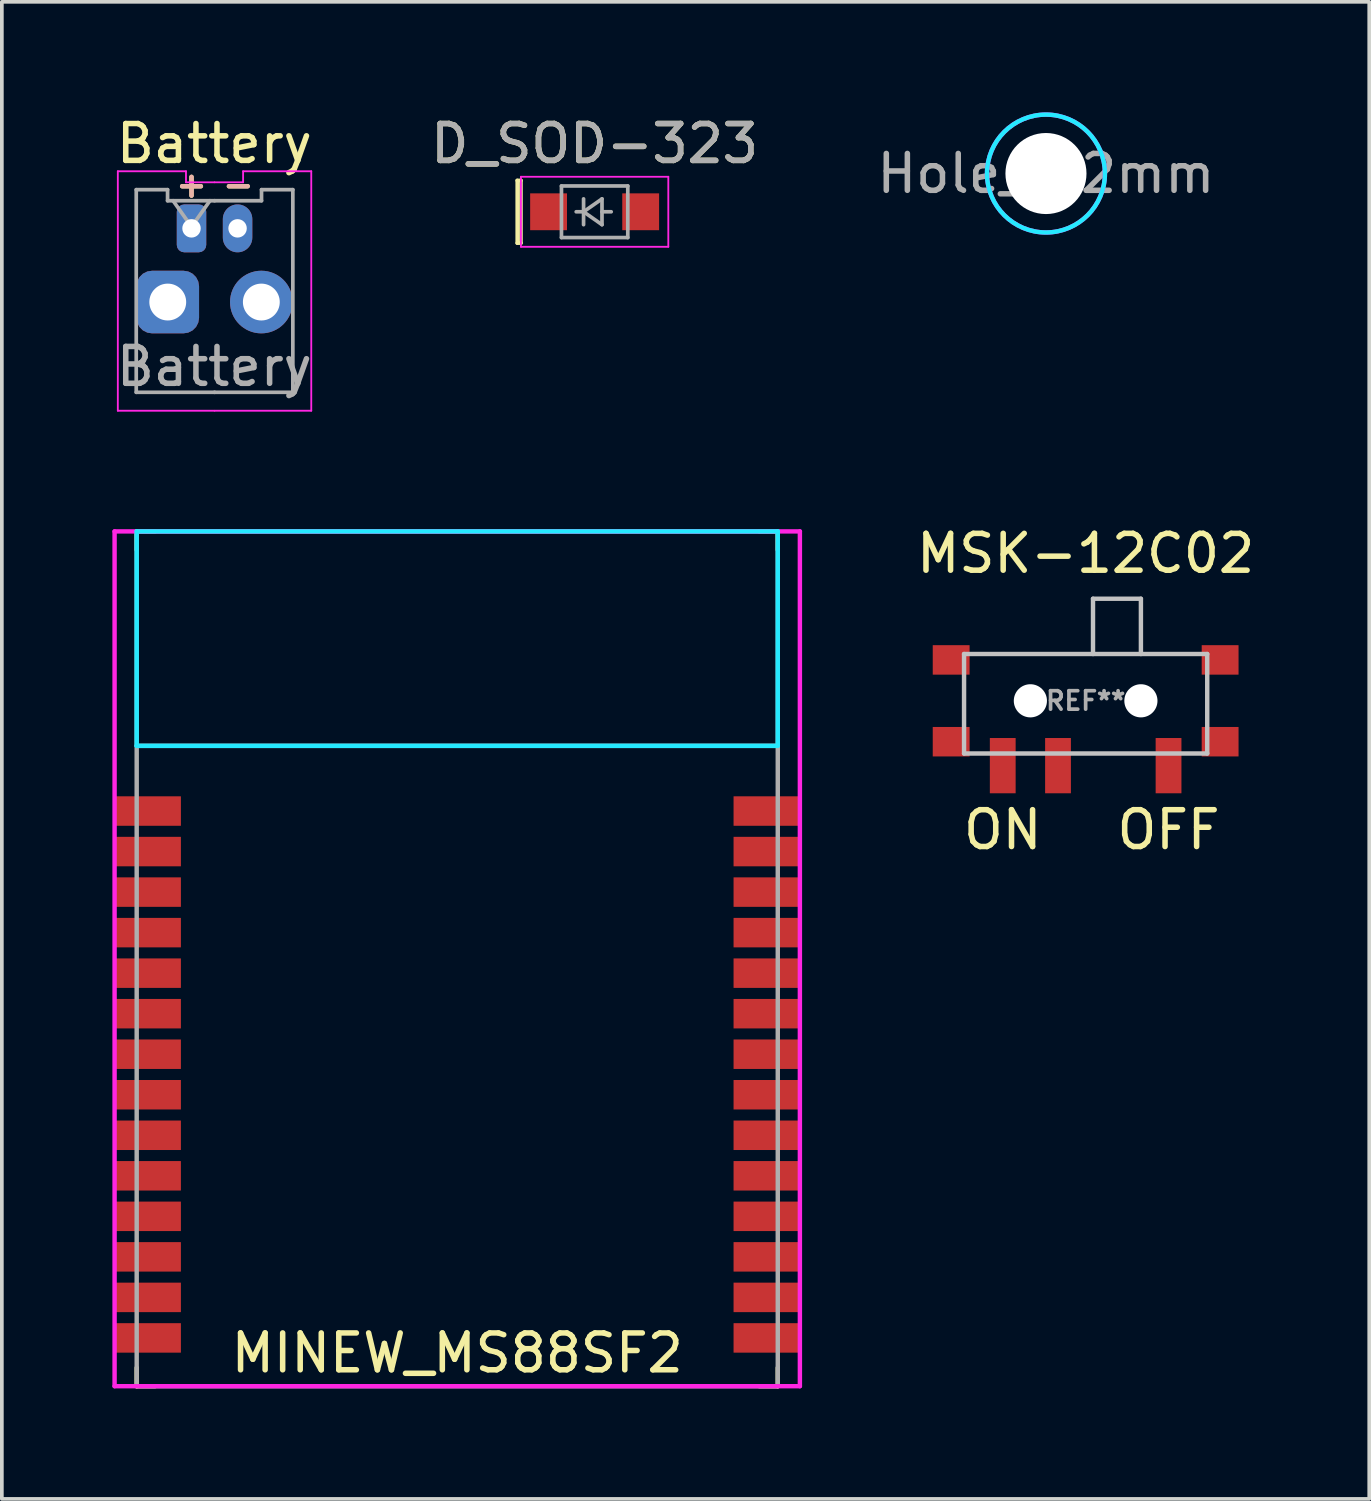
<source format=kicad_pcb>
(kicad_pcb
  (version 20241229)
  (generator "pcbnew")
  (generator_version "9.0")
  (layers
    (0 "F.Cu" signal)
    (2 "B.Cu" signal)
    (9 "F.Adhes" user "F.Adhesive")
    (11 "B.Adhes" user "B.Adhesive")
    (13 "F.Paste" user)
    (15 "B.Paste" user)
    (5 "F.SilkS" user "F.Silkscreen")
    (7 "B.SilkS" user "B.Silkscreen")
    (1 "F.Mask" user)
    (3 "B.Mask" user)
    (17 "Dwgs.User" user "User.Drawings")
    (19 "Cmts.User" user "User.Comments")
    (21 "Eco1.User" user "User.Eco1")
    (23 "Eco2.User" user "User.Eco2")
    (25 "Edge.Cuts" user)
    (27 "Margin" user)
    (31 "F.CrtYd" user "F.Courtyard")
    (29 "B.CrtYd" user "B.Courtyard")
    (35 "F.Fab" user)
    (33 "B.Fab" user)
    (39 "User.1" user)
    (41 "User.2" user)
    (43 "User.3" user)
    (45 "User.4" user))
  (footprint "MSK-12C02"
    (layer "F.Cu")
    (at 26.416 14.701)
    (property "Reference" "MSK-12C02" (at 0 -2.73 0) (layer "F.SilkS") (effects (font (size 1 1) (thickness 0.15))))
    (attr through_hole)
    (fp_line (start -3.3 0) (end -3.3 2.7) (stroke (width 0.12) (type solid)) (layer "Dwgs.User"))
    (fp_line (start -3.3 0) (end 3.3 0) (stroke (width 0.12) (type solid)) (layer "Dwgs.User"))
    (fp_line (start -3.3 2.7) (end 3.3 2.7) (stroke (width 0.12) (type solid)) (layer "Dwgs.User"))
    (fp_line (start 0.2 -1.5) (end 0.2 0) (stroke (width 0.12) (type solid)) (layer "Dwgs.User"))
    (fp_line (start 0.2 -1.5) (end 1.5 -1.5) (stroke (width 0.12) (type solid)) (layer "Dwgs.User"))
    (fp_line (start 1.5 -1.5) (end 1.5 0) (stroke (width 0.12) (type solid)) (layer "Dwgs.User"))
    (fp_line (start 3.3 0) (end 3.3 2.7) (stroke (width 0.12) (type solid)) (layer "Dwgs.User"))
    (fp_text user "OFF" (at 2.25 4.77 0) (layer "F.SilkS") (effects (font (size 1 1) (thickness 0.15))))
    (fp_text user "ON" (at -2.25 4.77 0) (layer "F.SilkS") (effects (font (size 1 1) (thickness 0.15))))
    (fp_text user "REF**" (at 0 1.27 0) (layer "F.Fab") (effects (font (size 0.5 0.5) (thickness 0.1))))
    (pad "" smd rect (at -3.65 0.16) (size 1 0.8) (layers "F.Cu" "F.Mask" "F.Paste"))
    (pad "" smd rect (at -3.65 2.38) (size 1 0.8) (layers "F.Cu" "F.Mask" "F.Paste"))
    (pad "" np_thru_hole circle (at -1.5 1.27) (size 0.9 0.9) (drill 0.9) (layers "*.Cu" "*.Mask"))
    (pad "" np_thru_hole circle (at 1.5 1.27) (size 0.9 0.9) (drill 0.9) (layers "*.Cu" "*.Mask"))
    (pad "" smd rect (at 3.65 0.16) (size 1 0.8) (layers "F.Cu" "F.Mask" "F.Paste"))
    (pad "" smd rect (at 3.65 2.38) (size 1 0.8) (layers "F.Cu" "F.Mask" "F.Paste"))
    (pad "1" smd rect (at 2.25 3.03) (size 0.7 1.5) (layers "F.Cu" "F.Mask" "F.Paste"))
    (pad "2" smd rect (at -0.75 3.03) (size 0.7 1.5) (layers "F.Cu" "F.Mask" "F.Paste"))
    (pad "3" smd rect (at -2.25 3.03) (size 0.7 1.5) (layers "F.Cu" "F.Mask" "F.Paste")))
  (footprint "D_SOD-323"
    (layer "F.Cu")
    (at 13.089 2.698)
    (property "Reference" "D_SOD-323" (at 0 -1.85 0) (layer "F.SilkS") (effects (font (size 1 1) (thickness 0.15))))
    (attr smd)
    (fp_line (start -2.1 -0.85) (end -2.1 0.85) (stroke (width 0.1) (type solid)) (layer "F.SilkS"))
    (fp_line (start -2.1 -0.85) (end -2 -0.85) (stroke (width 0.1) (type solid)) (layer "F.SilkS"))
    (fp_line (start -2.1 0.85) (end -2 0.85) (stroke (width 0.1) (type solid)) (layer "F.SilkS"))
    (fp_line (start -2 -0.85) (end -2 0.85) (stroke (width 0.1) (type solid)) (layer "F.SilkS"))
    (fp_line (start -2 -0.95) (end -2 0.95) (stroke (width 0.05) (type solid)) (layer "F.CrtYd"))
    (fp_line (start -2 -0.95) (end 2 -0.95) (stroke (width 0.05) (type solid)) (layer "F.CrtYd"))
    (fp_line (start -2 0.95) (end 2 0.95) (stroke (width 0.05) (type solid)) (layer "F.CrtYd"))
    (fp_line (start 2 -0.95) (end 2 0.95) (stroke (width 0.05) (type solid)) (layer "F.CrtYd"))
    (fp_line (start -0.9 -0.7) (end 0.9 -0.7) (stroke (width 0.1) (type solid)) (layer "F.Fab"))
    (fp_line (start -0.9 0.7) (end -0.9 -0.7) (stroke (width 0.1) (type solid)) (layer "F.Fab"))
    (fp_line (start -0.3 -0.35) (end -0.3 0.35) (stroke (width 0.1) (type solid)) (layer "F.Fab"))
    (fp_line (start -0.3 0) (end -0.5 0) (stroke (width 0.1) (type solid)) (layer "F.Fab"))
    (fp_line (start -0.3 0) (end 0.2 -0.35) (stroke (width 0.1) (type solid)) (layer "F.Fab"))
    (fp_line (start 0.2 -0.35) (end 0.2 0.35) (stroke (width 0.1) (type solid)) (layer "F.Fab"))
    (fp_line (start 0.2 0) (end 0.45 0) (stroke (width 0.1) (type solid)) (layer "F.Fab"))
    (fp_line (start 0.2 0.35) (end -0.3 0) (stroke (width 0.1) (type solid)) (layer "F.Fab"))
    (fp_line (start 0.9 -0.7) (end 0.9 0.7) (stroke (width 0.1) (type solid)) (layer "F.Fab"))
    (fp_line (start 0.9 0.7) (end -0.9 0.7) (stroke (width 0.1) (type solid)) (layer "F.Fab"))
    (fp_text user "${REFERENCE}" (at 0 -1.85 0) (layer "F.Fab") (effects (font (size 1 1) (thickness 0.15))))
    (pad "1" smd rect (at -1.25 0) (size 1 1) (layers "F.Cu" "F.Mask" "F.Paste"))
    (pad "2" smd rect (at 1.25 0) (size 1 1) (layers "F.Cu" "F.Mask" "F.Paste")))
  (footprint "MINEW_MS88SF2"
    (layer "F.Cu")
    (at 9.36 11.373)
    (property "Reference" "MINEW_MS88SF2" (at 0 22.3 0) (layer "F.SilkS") (effects (font (size 1 1) (thickness 0.15))))
    (attr through_hole)
    (fp_line (start -8.7 0) (end -8.7 0.5) (stroke (width 0.12) (type solid)) (layer "F.SilkS"))
    (fp_line (start -8.7 0) (end -8.2 0) (stroke (width 0.12) (type solid)) (layer "F.SilkS"))
    (fp_line (start -8.7 23.2) (end -8.7 22.7) (stroke (width 0.12) (type solid)) (layer "F.SilkS"))
    (fp_line (start -8.7 23.2) (end -8.2 23.2) (stroke (width 0.12) (type solid)) (layer "F.SilkS"))
    (fp_line (start 8.7 0) (end 8.2 0) (stroke (width 0.12) (type solid)) (layer "F.SilkS"))
    (fp_line (start 8.7 0) (end 8.7 0.5) (stroke (width 0.12) (type solid)) (layer "F.SilkS"))
    (fp_line (start 8.7 23.2) (end 8.2 23.2) (stroke (width 0.12) (type solid)) (layer "F.SilkS"))
    (fp_line (start 8.7 23.2) (end 8.7 22.7) (stroke (width 0.12) (type solid)) (layer "F.SilkS"))
    (fp_line (start -8.7 0) (end -8.7 5.82) (stroke (width 0.12) (type solid)) (layer "B.CrtYd"))
    (fp_line (start -8.7 0) (end 8.7 0) (stroke (width 0.12) (type solid)) (layer "B.CrtYd"))
    (fp_line (start -8.7 5.82) (end 8.7 5.82) (stroke (width 0.12) (type solid)) (layer "B.CrtYd"))
    (fp_line (start 8.7 0) (end 8.7 5.82) (stroke (width 0.12) (type solid)) (layer "B.CrtYd"))
    (fp_line (start -9.3 0) (end 9.3 0) (stroke (width 0.12) (type solid)) (layer "F.CrtYd"))
    (fp_line (start -9.3 23.2) (end -9.3 0) (stroke (width 0.12) (type solid)) (layer "F.CrtYd"))
    (fp_line (start -9.3 23.2) (end 9.3 23.2) (stroke (width 0.12) (type solid)) (layer "F.CrtYd"))
    (fp_line (start 9.3 23.2) (end 9.3 0) (stroke (width 0.12) (type solid)) (layer "F.CrtYd"))
    (fp_line (start -8.7 0) (end 8.7 0) (stroke (width 0.12) (type solid)) (layer "F.Fab"))
    (fp_line (start -8.7 5.82) (end 8.7 5.82) (stroke (width 0.12) (type solid)) (layer "F.Fab"))
    (fp_line (start -8.7 23.2) (end -8.7 0) (stroke (width 0.12) (type solid)) (layer "F.Fab"))
    (fp_line (start -8.7 23.2) (end 8.7 23.2) (stroke (width 0.12) (type solid)) (layer "F.Fab"))
    (fp_line (start 8.7 23.2) (end 8.7 0) (stroke (width 0.12) (type solid)) (layer "F.Fab"))
    (pad "1" smd rect (at -8.4 7.59) (size 1.8 0.8) (layers "F.Cu" "F.Mask" "F.Paste"))
    (pad "2" smd rect (at -8.4 8.69) (size 1.8 0.8) (layers "F.Cu" "F.Mask" "F.Paste"))
    (pad "3" smd rect (at -8.4 9.79) (size 1.8 0.8) (layers "F.Cu" "F.Mask" "F.Paste"))
    (pad "4" smd rect (at -8.4 10.89) (size 1.8 0.8) (layers "F.Cu" "F.Mask" "F.Paste"))
    (pad "5" smd rect (at -8.4 11.99) (size 1.8 0.8) (layers "F.Cu" "F.Mask" "F.Paste"))
    (pad "6" smd rect (at -8.4 13.09) (size 1.8 0.8) (layers "F.Cu" "F.Mask" "F.Paste"))
    (pad "7" smd rect (at -8.4 14.19) (size 1.8 0.8) (layers "F.Cu" "F.Mask" "F.Paste"))
    (pad "8" smd rect (at -8.4 15.29) (size 1.8 0.8) (layers "F.Cu" "F.Mask" "F.Paste"))
    (pad "9" smd rect (at -8.4 16.39) (size 1.8 0.8) (layers "F.Cu" "F.Mask" "F.Paste"))
    (pad "10" smd rect (at -8.4 17.49) (size 1.8 0.8) (layers "F.Cu" "F.Mask" "F.Paste"))
    (pad "11" smd rect (at -8.4 18.59) (size 1.8 0.8) (layers "F.Cu" "F.Mask" "F.Paste"))
    (pad "12" smd rect (at -8.4 19.69) (size 1.8 0.8) (layers "F.Cu" "F.Mask" "F.Paste"))
    (pad "13" smd rect (at -8.4 20.79) (size 1.8 0.8) (layers "F.Cu" "F.Mask" "F.Paste"))
    (pad "14" smd rect (at -8.4 21.89) (size 1.8 0.8) (layers "F.Cu" "F.Mask" "F.Paste"))
    (pad "15" smd rect (at 8.4 21.89) (size 1.8 0.8) (layers "F.Cu" "F.Mask" "F.Paste"))
    (pad "16" smd rect (at 8.4 20.79) (size 1.8 0.8) (layers "F.Cu" "F.Mask" "F.Paste"))
    (pad "17" smd rect (at 8.4 19.69) (size 1.8 0.8) (layers "F.Cu" "F.Mask" "F.Paste"))
    (pad "18" smd rect (at 8.4 18.59) (size 1.8 0.8) (layers "F.Cu" "F.Mask" "F.Paste"))
    (pad "19" smd rect (at 8.4 17.49) (size 1.8 0.8) (layers "F.Cu" "F.Mask" "F.Paste"))
    (pad "20" smd rect (at 8.4 16.39) (size 1.8 0.8) (layers "F.Cu" "F.Mask" "F.Paste"))
    (pad "21" smd rect (at 8.4 15.29) (size 1.8 0.8) (layers "F.Cu" "F.Mask" "F.Paste"))
    (pad "22" smd rect (at 8.4 14.19) (size 1.8 0.8) (layers "F.Cu" "F.Mask" "F.Paste"))
    (pad "23" smd rect (at 8.4 13.09) (size 1.8 0.8) (layers "F.Cu" "F.Mask" "F.Paste"))
    (pad "24" smd rect (at 8.4 11.99) (size 1.8 0.8) (layers "F.Cu" "F.Mask" "F.Paste"))
    (pad "25" smd rect (at 8.4 10.89) (size 1.8 0.8) (layers "F.Cu" "F.Mask" "F.Paste"))
    (pad "26" smd rect (at 8.4 9.79) (size 1.8 0.8) (layers "F.Cu" "F.Mask" "F.Paste"))
    (pad "27" smd rect (at 8.4 8.69) (size 1.8 0.8) (layers "F.Cu" "F.Mask" "F.Paste"))
    (pad "28" smd rect (at 8.4 7.59) (size 1.8 0.8) (layers "F.Cu" "F.Mask" "F.Paste")))
  (footprint "Battery"
    (layer "F.Cu")
    (at 2.148 3.148)
    (property "Reference" "Battery" (at 0.62 -2.3 0) (layer "F.SilkS") (effects (font (size 1 1) (thickness 0.15))))
    (attr through_hole)
    (fp_line (start -0.254 -1.143) (end 0.254 -1.143) (stroke (width 0.12) (type solid)) (layer "F.SilkS"))
    (fp_line (start 0 -1.397) (end 0 -0.889) (stroke (width 0.12) (type solid)) (layer "F.SilkS"))
    (fp_line (start 1.016 -1.143) (end 1.524 -1.143) (stroke (width 0.12) (type solid)) (layer "F.SilkS"))
    (fp_line (start -0.254 -1.143) (end 0.254 -1.143) (stroke (width 0.12) (type solid)) (layer "B.SilkS"))
    (fp_line (start 0 -1.397) (end 0 -0.889) (stroke (width 0.12) (type solid)) (layer "B.SilkS"))
    (fp_line (start 1.016 -1.143) (end 1.524 -1.143) (stroke (width 0.12) (type solid)) (layer "B.SilkS"))
    (fp_line (start -2 -1.55) (end -2 4.95) (stroke (width 0.05) (type solid)) (layer "F.CrtYd"))
    (fp_line (start -2 4.95) (end 0.62 4.95) (stroke (width 0.05) (type solid)) (layer "F.CrtYd"))
    (fp_line (start -0.15 -1.55) (end -2 -1.55) (stroke (width 0.05) (type solid)) (layer "F.CrtYd"))
    (fp_line (start -0.15 -1.25) (end -0.15 -1.55) (stroke (width 0.05) (type solid)) (layer "F.CrtYd"))
    (fp_line (start 0.62 -1.25) (end -0.15 -1.25) (stroke (width 0.05) (type solid)) (layer "F.CrtYd"))
    (fp_line (start 0.63 -1.25) (end 1.4 -1.25) (stroke (width 0.05) (type solid)) (layer "F.CrtYd"))
    (fp_line (start 1.4 -1.55) (end 3.25 -1.55) (stroke (width 0.05) (type solid)) (layer "F.CrtYd"))
    (fp_line (start 1.4 -1.25) (end 1.4 -1.55) (stroke (width 0.05) (type solid)) (layer "F.CrtYd"))
    (fp_line (start 3.25 -1.55) (end 3.25 4.95) (stroke (width 0.05) (type solid)) (layer "F.CrtYd"))
    (fp_line (start 3.25 4.95) (end 0.63 4.95) (stroke (width 0.05) (type solid)) (layer "F.CrtYd"))
    (fp_line (start -1.5 -1.05) (end -1.5 4.45) (stroke (width 0.1) (type solid)) (layer "F.Fab"))
    (fp_line (start -1.5 4.45) (end 0.625 4.45) (stroke (width 0.1) (type solid)) (layer "F.Fab"))
    (fp_line (start -0.65 -1.05) (end -1.5 -1.05) (stroke (width 0.1) (type solid)) (layer "F.Fab"))
    (fp_line (start -0.65 -0.75) (end -0.65 -1.05) (stroke (width 0.1) (type solid)) (layer "F.Fab"))
    (fp_line (start -0.5 -0.75) (end 0 -0.043) (stroke (width 0.1) (type solid)) (layer "F.Fab"))
    (fp_line (start 0 -0.043) (end 0.5 -0.75) (stroke (width 0.1) (type solid)) (layer "F.Fab"))
    (fp_line (start 0.625 -0.75) (end -0.65 -0.75) (stroke (width 0.1) (type solid)) (layer "F.Fab"))
    (fp_line (start 0.625 -0.75) (end 1.9 -0.75) (stroke (width 0.1) (type solid)) (layer "F.Fab"))
    (fp_line (start 1.9 -1.05) (end 2.75 -1.05) (stroke (width 0.1) (type solid)) (layer "F.Fab"))
    (fp_line (start 1.9 -0.75) (end 1.9 -1.05) (stroke (width 0.1) (type solid)) (layer "F.Fab"))
    (fp_line (start 2.75 -1.05) (end 2.75 4.45) (stroke (width 0.1) (type solid)) (layer "F.Fab"))
    (fp_line (start 2.75 4.45) (end 0.625 4.45) (stroke (width 0.1) (type solid)) (layer "F.Fab"))
    (fp_text user "${REFERENCE}" (at 0.62 3.75 0) (layer "F.Fab") (effects (font (size 1 1) (thickness 0.15))))
    (pad "1" thru_hole roundrect (at -0.645 2) (size 1.7 1.7) (drill 1) (layers "*.Cu" "*.Mask") (roundrect_rratio 0.25))
    (pad "1" thru_hole roundrect (at 0 0) (size 0.8 1.3) (drill 0.5) (layers "*.Cu" "*.Mask") (roundrect_rratio 0.25))
    (pad "2" thru_hole oval (at 1.25 0) (size 0.8 1.3) (drill 0.5) (layers "*.Cu" "*.Mask"))
    (pad "2" thru_hole circle (at 1.895 2) (size 1.7 1.7) (drill 1) (layers "*.Cu" "*.Mask")))
  (footprint "Hole_2.2mm"
    (layer "F.Cu")
    (at 25.339 1.66)
    (property "Reference" "Hole_2.2mm" (at 0 0 0) (layer "F.Fab") (effects (font (size 1 1) (thickness 0.15))))
    (attr through_hole)
    (fp_circle (center 0 0) (end 0 -1.6) (stroke (width 0.12) (type solid)) (fill no) (layer "B.CrtYd"))
    (fp_circle (center 0 0) (end 0 -1.6) (stroke (width 0.12) (type solid)) (fill no) (layer "F.CrtYd"))
    (pad "" np_thru_hole circle (at 0 0 270) (size 2.2 2.2) (drill 2.2) (layers "*.Cu" "*.Mask")))
  (gr_rect
    (start -3 -3)
    (end 34.113 37.633)
    (stroke (width 0.1) (type default))
    (fill no)
    (layer "Edge.Cuts")))
</source>
